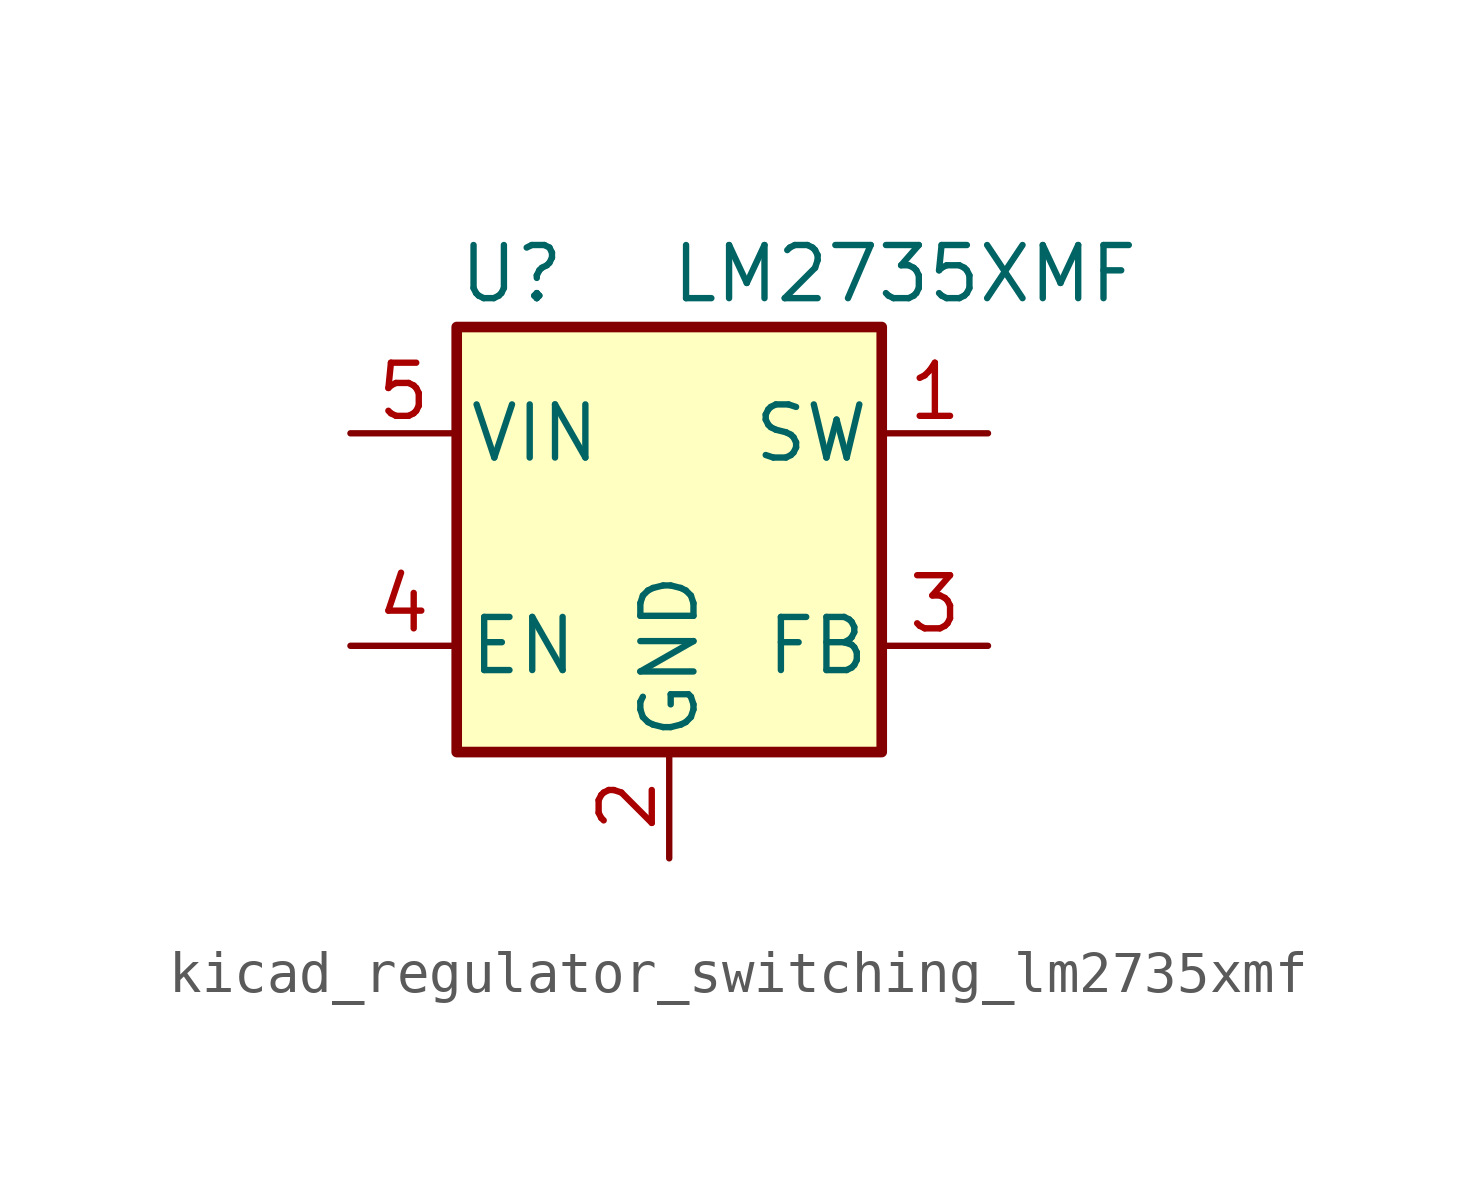
<source format=kicad_sym>
(kicad_symbol_lib
  (version 20220914)
  (generator kicad_symbol_editor)
  (symbol "kicad_regulator_switching_lm2735xmf"
    (pin_names
      (offset 0.254))
    (property "Reference" "U"
      (at -5.08 6.35 0)
      (effects (font (size 1.27 1.27)) (justify left)))
    (property "Value" "LM2735XMF"
      (at 0 6.35 0)
      (effects (font (size 1.27 1.27)) (justify left)))
    (symbol "kicad_regulator_switching_lm2735xmf_0_1"
      (rectangle (start -5.08 5.08) (end 5.08 -5.08) (stroke (width 0.254) (type default)) (fill (type background))))
    (symbol "kicad_regulator_switching_lm2735xmf_1_1"
      (pin output line (at 7.62 2.54 180) (length 2.54) (name "SW" (effects (font (size 1.27 1.27)))) (number "1" (effects (font (size 1.27 1.27)))))
      (pin power_in line (at 0 -7.62 90) (length 2.54) (name "GND" (effects (font (size 1.27 1.27)))) (number "2" (effects (font (size 1.27 1.27)))))
      (pin input line (at 7.62 -2.54 180) (length 2.54) (name "FB" (effects (font (size 1.27 1.27)))) (number "3" (effects (font (size 1.27 1.27)))))
      (pin input line (at -7.62 -2.54 0) (length 2.54) (name "EN" (effects (font (size 1.27 1.27)))) (number "4" (effects (font (size 1.27 1.27)))))
      (pin input line (at -7.62 2.54 0) (length 2.54) (name "VIN" (effects (font (size 1.27 1.27)))) (number "5" (effects (font (size 1.27 1.27))))))))
</source>
